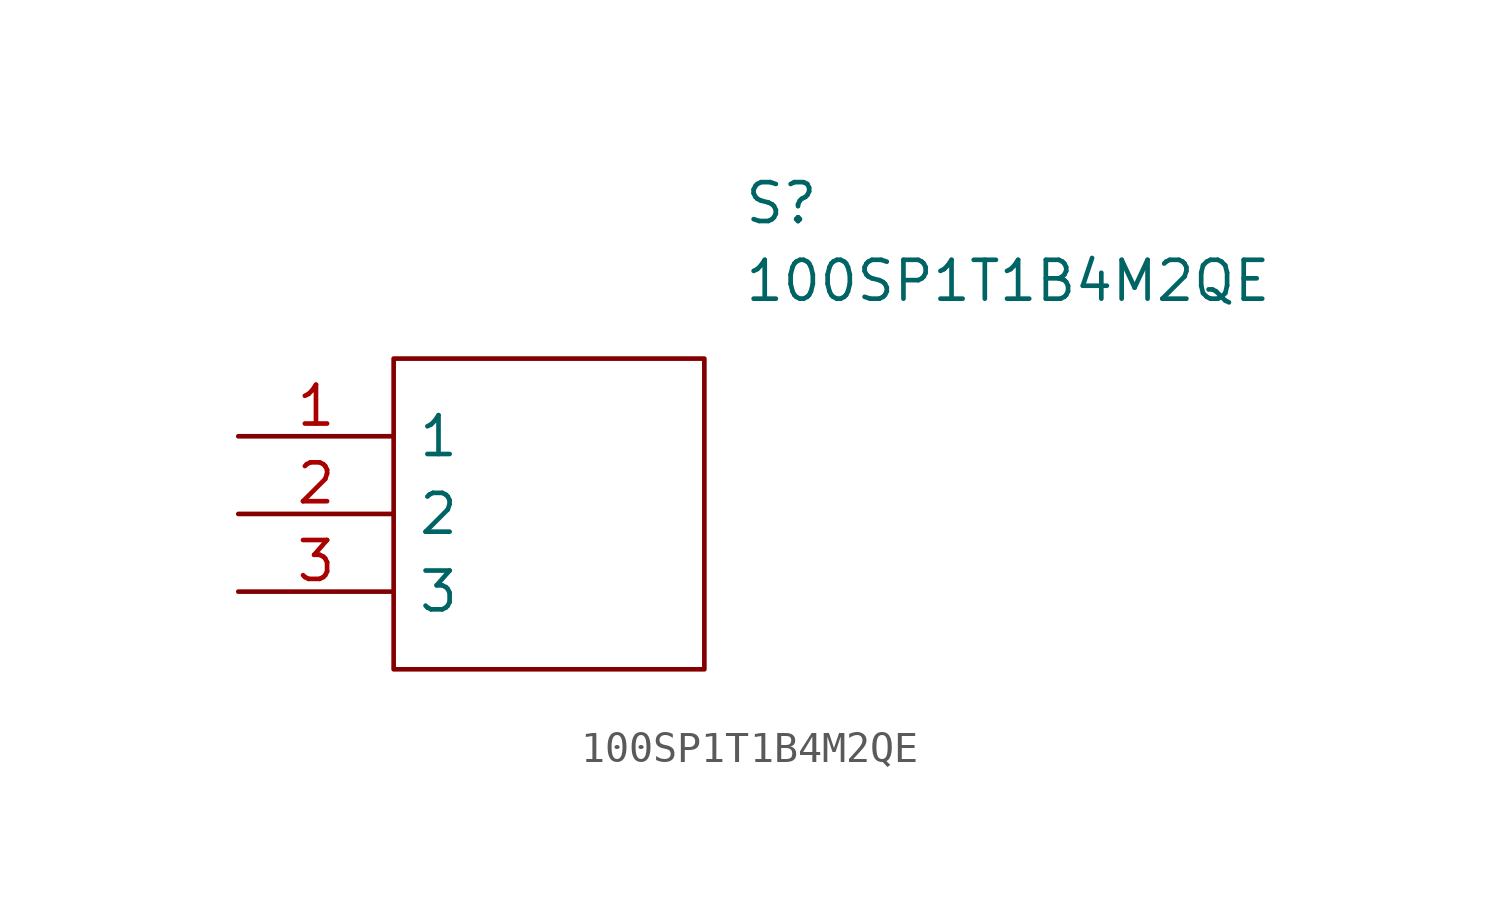
<source format=kicad_sym>
(kicad_symbol_lib
  (version 20220914)
  (generator kicad_symbol_editor)
  (symbol "100SP1T1B4M2QE"
    (pin_names
      (offset 0.762))
    (property "Reference" "S"
      (at 16.51 7.62 0)
      (effects (font (size 1.27 1.27)) (justify left)))
    (property "Value" "100SP1T1B4M2QE"
      (at 16.51 5.08 0)
      (effects (font (size 1.27 1.27)) (justify left)))
    (symbol "100SP1T1B4M2QE_0_0"
      (pin passive line (at 0 0 0) (length 5.08) (name "1" (effects (font (size 1.27 1.27)))) (number "1" (effects (font (size 1.27 1.27)))))
      (pin passive line (at 0 -2.54 0) (length 5.08) (name "2" (effects (font (size 1.27 1.27)))) (number "2" (effects (font (size 1.27 1.27)))))
      (pin passive line (at 0 -5.08 0) (length 5.08) (name "3" (effects (font (size 1.27 1.27)))) (number "3" (effects (font (size 1.27 1.27))))))
    (symbol "100SP1T1B4M2QE_0_1"
      (polyline (pts (xy 5.08 2.54) (xy 15.24 2.54) (xy 15.24 -7.62) (xy 5.08 -7.62) (xy 5.08 2.54)) (stroke (width 0.152) (type default)) (fill (type none))))))
</source>
